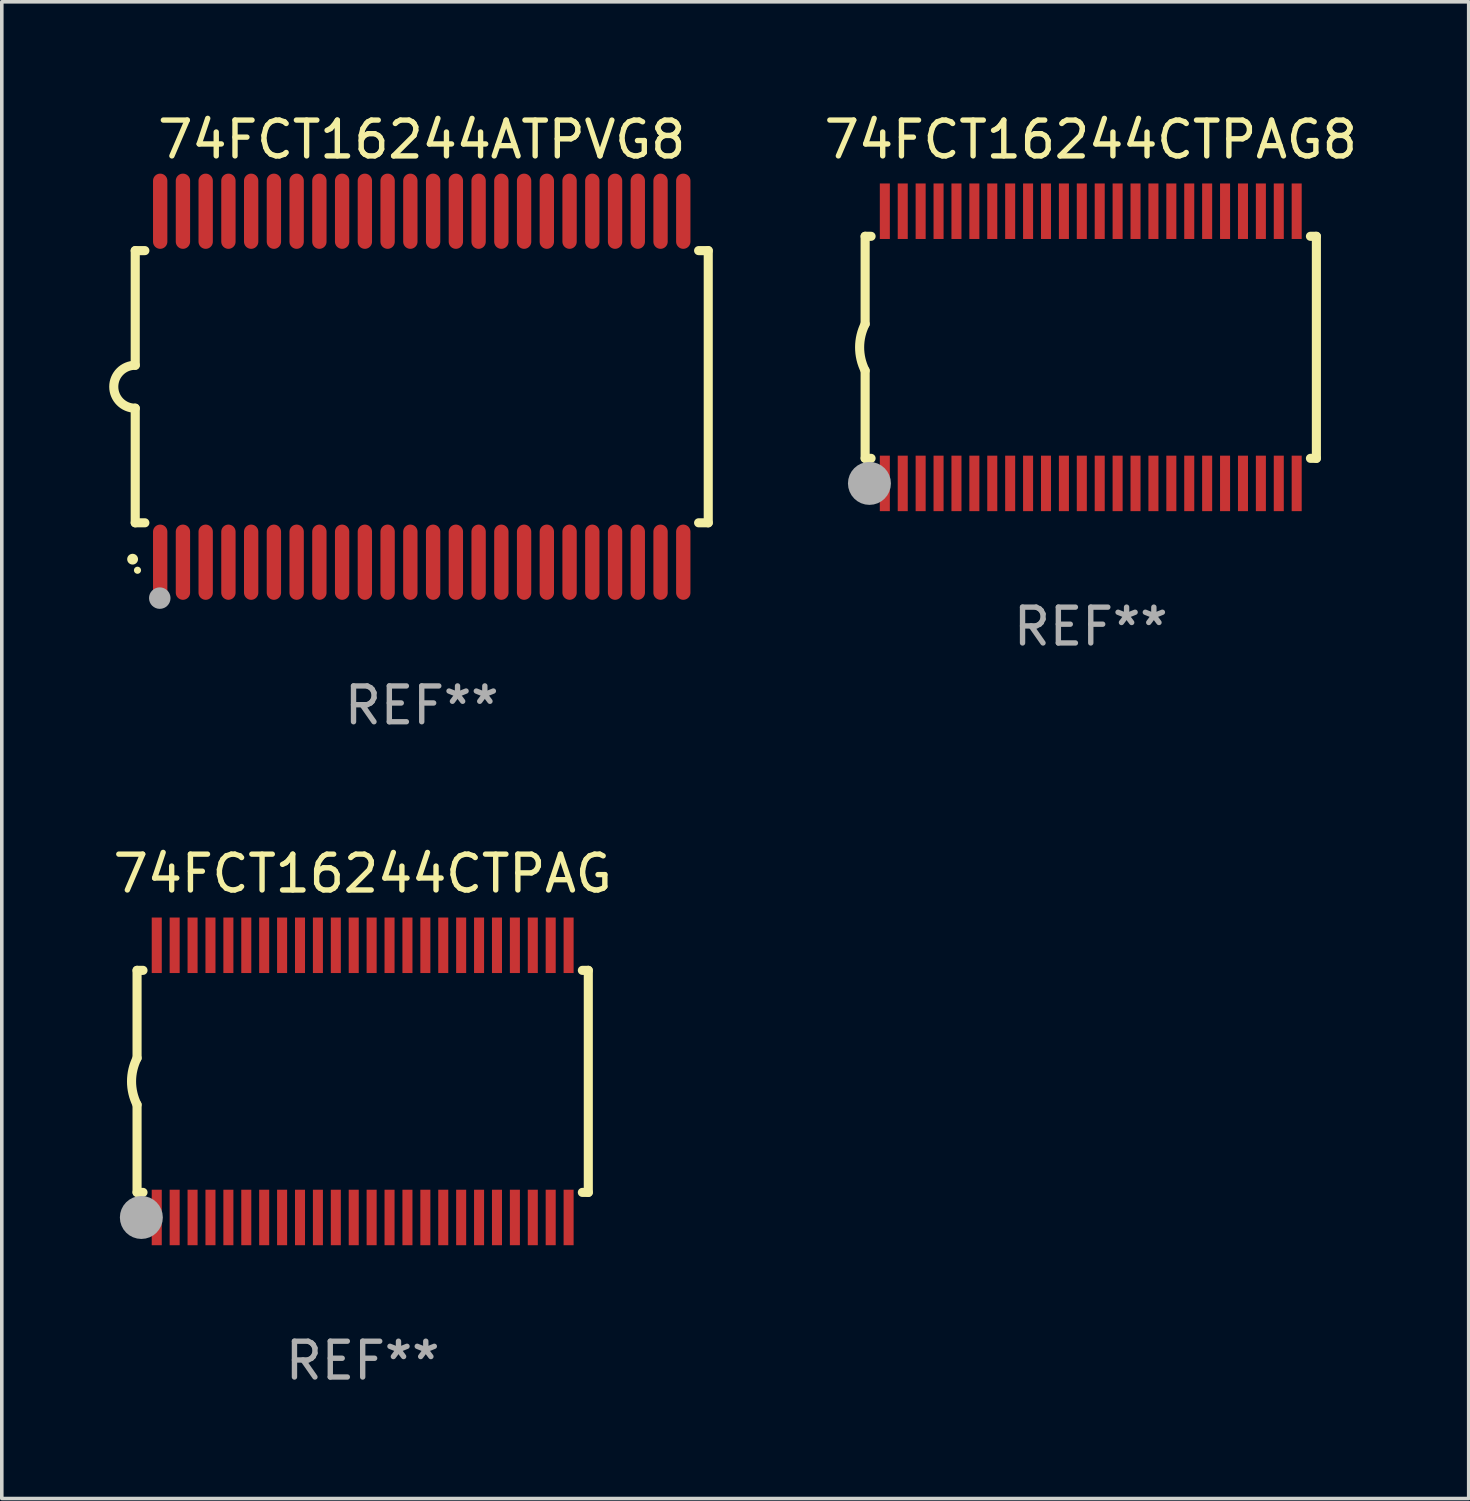
<source format=kicad_pcb>
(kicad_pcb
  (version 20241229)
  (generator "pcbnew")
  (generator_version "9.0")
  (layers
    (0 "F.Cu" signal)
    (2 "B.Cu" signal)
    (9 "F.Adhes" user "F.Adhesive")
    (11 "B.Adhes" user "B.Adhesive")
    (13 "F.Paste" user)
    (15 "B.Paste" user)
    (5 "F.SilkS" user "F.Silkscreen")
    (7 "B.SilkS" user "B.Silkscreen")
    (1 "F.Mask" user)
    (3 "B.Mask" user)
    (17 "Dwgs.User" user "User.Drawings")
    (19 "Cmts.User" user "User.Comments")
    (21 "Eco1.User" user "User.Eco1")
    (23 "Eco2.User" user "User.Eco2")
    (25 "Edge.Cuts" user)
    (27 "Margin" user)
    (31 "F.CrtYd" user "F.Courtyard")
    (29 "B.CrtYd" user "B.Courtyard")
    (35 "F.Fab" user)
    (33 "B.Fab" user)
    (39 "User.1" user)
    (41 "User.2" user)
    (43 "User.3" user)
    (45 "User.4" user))
  (footprint "74FCT16244CTPAG"
    (layer "F.Cu")
    (at 7.077 27.145)
    (property "Reference" "74FCT16244CTPAG" (at 0 -5.8 0) (layer "F.SilkS") (effects (font (size 1 1) (thickness 0.15))))
    (attr through_hole)
    (fp_line (start -6.3 -3.1) (end -6.3 -0.65) (stroke (width 0.254) (type solid)) (layer "F.SilkS"))
    (fp_line (start -6.3 -3.1) (end -6.134 -3.1) (stroke (width 0.254) (type solid)) (layer "F.SilkS"))
    (fp_line (start -6.3 3.1) (end -6.3 0.65) (stroke (width 0.254) (type solid)) (layer "F.SilkS"))
    (fp_line (start -6.3 3.1) (end -6.134 3.1) (stroke (width 0.254) (type solid)) (layer "F.SilkS"))
    (fp_line (start 6.134 -3.1) (end 6.3 -3.1) (stroke (width 0.254) (type solid)) (layer "F.SilkS"))
    (fp_line (start 6.134 3.1) (end 6.3 3.1) (stroke (width 0.254) (type solid)) (layer "F.SilkS"))
    (fp_line (start 6.3 -3.1) (end 6.3 3.1) (stroke (width 0.254) (type solid)) (layer "F.SilkS"))
    (fp_arc (start -6.301016 0.650114) (mid -6.45413 -0.000082) (end -6.3 -0.650038) (stroke (width 0.254001) (type solid)) (layer "F.SilkS"))
    (fp_circle (center -6.35 3.81) (end -6.223 3.81) (stroke (width 0.254) (type solid)) (fill no) (layer "F.SilkS"))
    (fp_circle (center -6.25 4.05) (end -6.22 4.05) (stroke (width 0.06) (type solid)) (fill no) (layer "F.SilkS"))
    (fp_circle (center -6.18 3.8) (end -5.88 3.8) (stroke (width 0.6) (type solid)) (fill no) (layer "F.Fab"))
    (fp_text user "REF**" (at 0 7.8 0) (layer "F.Fab") (effects (font (size 1 1) (thickness 0.15))))
    (pad "1" smd rect (at -5.75 3.8) (size 0.28 1.55) (layers "F.Cu" "F.Mask" "F.Paste"))
    (pad "2" smd rect (at -5.25 3.8) (size 0.28 1.55) (layers "F.Cu" "F.Mask" "F.Paste"))
    (pad "3" smd rect (at -4.75 3.8) (size 0.28 1.55) (layers "F.Cu" "F.Mask" "F.Paste"))
    (pad "4" smd rect (at -4.25 3.8) (size 0.28 1.55) (layers "F.Cu" "F.Mask" "F.Paste"))
    (pad "5" smd rect (at -3.75 3.8) (size 0.28 1.55) (layers "F.Cu" "F.Mask" "F.Paste"))
    (pad "6" smd rect (at -3.25 3.8) (size 0.28 1.55) (layers "F.Cu" "F.Mask" "F.Paste"))
    (pad "7" smd rect (at -2.75 3.8) (size 0.28 1.55) (layers "F.Cu" "F.Mask" "F.Paste"))
    (pad "8" smd rect (at -2.25 3.8) (size 0.28 1.55) (layers "F.Cu" "F.Mask" "F.Paste"))
    (pad "9" smd rect (at -1.75 3.8) (size 0.28 1.55) (layers "F.Cu" "F.Mask" "F.Paste"))
    (pad "10" smd rect (at -1.25 3.8) (size 0.28 1.55) (layers "F.Cu" "F.Mask" "F.Paste"))
    (pad "11" smd rect (at -0.75 3.8) (size 0.28 1.55) (layers "F.Cu" "F.Mask" "F.Paste"))
    (pad "12" smd rect (at -0.25 3.8) (size 0.28 1.55) (layers "F.Cu" "F.Mask" "F.Paste"))
    (pad "13" smd rect (at 0.25 3.8) (size 0.28 1.55) (layers "F.Cu" "F.Mask" "F.Paste"))
    (pad "14" smd rect (at 0.75 3.8) (size 0.28 1.55) (layers "F.Cu" "F.Mask" "F.Paste"))
    (pad "15" smd rect (at 1.25 3.8) (size 0.28 1.55) (layers "F.Cu" "F.Mask" "F.Paste"))
    (pad "16" smd rect (at 1.75 3.8) (size 0.28 1.55) (layers "F.Cu" "F.Mask" "F.Paste"))
    (pad "17" smd rect (at 2.25 3.8) (size 0.28 1.55) (layers "F.Cu" "F.Mask" "F.Paste"))
    (pad "18" smd rect (at 2.75 3.8) (size 0.28 1.55) (layers "F.Cu" "F.Mask" "F.Paste"))
    (pad "19" smd rect (at 3.25 3.8) (size 0.28 1.55) (layers "F.Cu" "F.Mask" "F.Paste"))
    (pad "20" smd rect (at 3.75 3.8) (size 0.28 1.55) (layers "F.Cu" "F.Mask" "F.Paste"))
    (pad "21" smd rect (at 4.25 3.8) (size 0.28 1.55) (layers "F.Cu" "F.Mask" "F.Paste"))
    (pad "22" smd rect (at 4.75 3.8) (size 0.28 1.55) (layers "F.Cu" "F.Mask" "F.Paste"))
    (pad "23" smd rect (at 5.25 3.8) (size 0.28 1.55) (layers "F.Cu" "F.Mask" "F.Paste"))
    (pad "24" smd rect (at 5.75 3.8) (size 0.28 1.55) (layers "F.Cu" "F.Mask" "F.Paste"))
    (pad "25" smd rect (at 5.75 -3.8) (size 0.28 1.55) (layers "F.Cu" "F.Mask" "F.Paste"))
    (pad "26" smd rect (at 5.25 -3.8) (size 0.28 1.55) (layers "F.Cu" "F.Mask" "F.Paste"))
    (pad "27" smd rect (at 4.75 -3.8) (size 0.28 1.55) (layers "F.Cu" "F.Mask" "F.Paste"))
    (pad "28" smd rect (at 4.25 -3.8) (size 0.28 1.55) (layers "F.Cu" "F.Mask" "F.Paste"))
    (pad "29" smd rect (at 3.75 -3.8) (size 0.28 1.55) (layers "F.Cu" "F.Mask" "F.Paste"))
    (pad "30" smd rect (at 3.25 -3.8) (size 0.28 1.55) (layers "F.Cu" "F.Mask" "F.Paste"))
    (pad "31" smd rect (at 2.75 -3.8) (size 0.28 1.55) (layers "F.Cu" "F.Mask" "F.Paste"))
    (pad "32" smd rect (at 2.25 -3.8) (size 0.28 1.55) (layers "F.Cu" "F.Mask" "F.Paste"))
    (pad "33" smd rect (at 1.75 -3.8) (size 0.28 1.55) (layers "F.Cu" "F.Mask" "F.Paste"))
    (pad "34" smd rect (at 1.25 -3.8) (size 0.28 1.55) (layers "F.Cu" "F.Mask" "F.Paste"))
    (pad "35" smd rect (at 0.75 -3.8) (size 0.28 1.55) (layers "F.Cu" "F.Mask" "F.Paste"))
    (pad "36" smd rect (at 0.25 -3.8) (size 0.28 1.55) (layers "F.Cu" "F.Mask" "F.Paste"))
    (pad "37" smd rect (at -0.25 -3.8) (size 0.28 1.55) (layers "F.Cu" "F.Mask" "F.Paste"))
    (pad "38" smd rect (at -0.75 -3.8) (size 0.28 1.55) (layers "F.Cu" "F.Mask" "F.Paste"))
    (pad "39" smd rect (at -1.25 -3.8) (size 0.28 1.55) (layers "F.Cu" "F.Mask" "F.Paste"))
    (pad "40" smd rect (at -1.75 -3.8) (size 0.28 1.55) (layers "F.Cu" "F.Mask" "F.Paste"))
    (pad "41" smd rect (at -2.25 -3.8) (size 0.28 1.55) (layers "F.Cu" "F.Mask" "F.Paste"))
    (pad "42" smd rect (at -2.75 -3.8) (size 0.28 1.55) (layers "F.Cu" "F.Mask" "F.Paste"))
    (pad "43" smd rect (at -3.25 -3.8) (size 0.28 1.55) (layers "F.Cu" "F.Mask" "F.Paste"))
    (pad "44" smd rect (at -3.75 -3.8) (size 0.28 1.55) (layers "F.Cu" "F.Mask" "F.Paste"))
    (pad "45" smd rect (at -4.25 -3.8) (size 0.28 1.55) (layers "F.Cu" "F.Mask" "F.Paste"))
    (pad "46" smd rect (at -4.75 -3.8) (size 0.28 1.55) (layers "F.Cu" "F.Mask" "F.Paste"))
    (pad "47" smd rect (at -5.25 -3.8) (size 0.28 1.55) (layers "F.Cu" "F.Mask" "F.Paste"))
    (pad "48" smd rect (at -5.75 -3.8) (size 0.28 1.55) (layers "F.Cu" "F.Mask" "F.Paste")))
  (footprint "74FCT16244ATPVG8"
    (layer "F.Cu")
    (at 8.726 7.748)
    (property "Reference" "74FCT16244ATPVG8" (at 0 -6.9 0) (layer "F.SilkS") (effects (font (size 1 1) (thickness 0.15))))
    (attr through_hole)
    (fp_line (start -8 -3.8) (end -8 -0.599) (stroke (width 0.254) (type solid)) (layer "F.SilkS"))
    (fp_line (start -8 -3.8) (end -7.731 -3.8) (stroke (width 0.254) (type solid)) (layer "F.SilkS"))
    (fp_line (start -8 3.8) (end -8 0.599) (stroke (width 0.254) (type solid)) (layer "F.SilkS"))
    (fp_line (start -7.731 3.8) (end -8 3.8) (stroke (width 0.254) (type solid)) (layer "F.SilkS"))
    (fp_line (start 7.731 -3.8) (end 8 -3.8) (stroke (width 0.254) (type solid)) (layer "F.SilkS"))
    (fp_line (start 8 -3.8) (end 8 3.8) (stroke (width 0.254) (type solid)) (layer "F.SilkS"))
    (fp_line (start 8 3.8) (end 7.731 3.8) (stroke (width 0.254) (type solid)) (layer "F.SilkS"))
    (fp_arc (start -8.074676 4.81585) (mid -8.073406 4.815845) (end -8.072136 4.81585) (stroke (width 0.3) (type solid)) (layer "F.SilkS"))
    (fp_arc (start -8.000025 0.6) (mid -8.598908 0.00056) (end -8.000027 -0.598882) (stroke (width 0.254001) (type solid)) (layer "F.SilkS"))
    (fp_circle (center -7.937 5.125) (end -7.887 5.125) (stroke (width 0.1) (type solid)) (fill no) (layer "F.SilkS"))
    (fp_circle (center -7.315 5.903) (end -7.165 5.903) (stroke (width 0.3) (type solid)) (fill no) (layer "F.Fab"))
    (fp_text user "REF**" (at 0 8.9 0) (layer "F.Fab") (effects (font (size 1 1) (thickness 0.15))))
    (pad "1" smd oval (at -7.303 4.9) (size 0.4 2.1) (layers "F.Cu" "F.Mask" "F.Paste"))
    (pad "2" smd oval (at -6.668 4.9) (size 0.4 2.1) (layers "F.Cu" "F.Mask" "F.Paste"))
    (pad "3" smd oval (at -6.033 4.9) (size 0.4 2.1) (layers "F.Cu" "F.Mask" "F.Paste"))
    (pad "4" smd oval (at -5.398 4.9) (size 0.4 2.1) (layers "F.Cu" "F.Mask" "F.Paste"))
    (pad "5" smd oval (at -4.763 4.9) (size 0.4 2.1) (layers "F.Cu" "F.Mask" "F.Paste"))
    (pad "6" smd oval (at -4.128 4.9) (size 0.4 2.1) (layers "F.Cu" "F.Mask" "F.Paste"))
    (pad "7" smd oval (at -3.493 4.9) (size 0.4 2.1) (layers "F.Cu" "F.Mask" "F.Paste"))
    (pad "8" smd oval (at -2.858 4.9) (size 0.4 2.1) (layers "F.Cu" "F.Mask" "F.Paste"))
    (pad "9" smd oval (at -2.223 4.9) (size 0.4 2.1) (layers "F.Cu" "F.Mask" "F.Paste"))
    (pad "10" smd oval (at -1.588 4.9) (size 0.4 2.1) (layers "F.Cu" "F.Mask" "F.Paste"))
    (pad "11" smd oval (at -0.953 4.9) (size 0.4 2.1) (layers "F.Cu" "F.Mask" "F.Paste"))
    (pad "12" smd oval (at -0.318 4.9) (size 0.4 2.1) (layers "F.Cu" "F.Mask" "F.Paste"))
    (pad "13" smd oval (at 0.318 4.9) (size 0.4 2.1) (layers "F.Cu" "F.Mask" "F.Paste"))
    (pad "14" smd oval (at 0.953 4.9) (size 0.4 2.1) (layers "F.Cu" "F.Mask" "F.Paste"))
    (pad "15" smd oval (at 1.588 4.9) (size 0.4 2.1) (layers "F.Cu" "F.Mask" "F.Paste"))
    (pad "16" smd oval (at 2.223 4.9) (size 0.4 2.1) (layers "F.Cu" "F.Mask" "F.Paste"))
    (pad "17" smd oval (at 2.858 4.9) (size 0.4 2.1) (layers "F.Cu" "F.Mask" "F.Paste"))
    (pad "18" smd oval (at 3.493 4.9) (size 0.4 2.1) (layers "F.Cu" "F.Mask" "F.Paste"))
    (pad "19" smd oval (at 4.128 4.9) (size 0.4 2.1) (layers "F.Cu" "F.Mask" "F.Paste"))
    (pad "20" smd oval (at 4.763 4.9) (size 0.4 2.1) (layers "F.Cu" "F.Mask" "F.Paste"))
    (pad "21" smd oval (at 5.398 4.9) (size 0.4 2.1) (layers "F.Cu" "F.Mask" "F.Paste"))
    (pad "22" smd oval (at 6.033 4.9) (size 0.4 2.1) (layers "F.Cu" "F.Mask" "F.Paste"))
    (pad "23" smd oval (at 6.668 4.9) (size 0.4 2.1) (layers "F.Cu" "F.Mask" "F.Paste"))
    (pad "24" smd oval (at 7.303 4.9) (size 0.4 2.1) (layers "F.Cu" "F.Mask" "F.Paste"))
    (pad "25" smd oval (at 7.303 -4.9 180) (size 0.4 2.1) (layers "F.Cu" "F.Mask" "F.Paste"))
    (pad "26" smd oval (at 6.668 -4.9 180) (size 0.4 2.1) (layers "F.Cu" "F.Mask" "F.Paste"))
    (pad "27" smd oval (at 6.033 -4.9 180) (size 0.4 2.1) (layers "F.Cu" "F.Mask" "F.Paste"))
    (pad "28" smd oval (at 5.398 -4.9 180) (size 0.4 2.1) (layers "F.Cu" "F.Mask" "F.Paste"))
    (pad "29" smd oval (at 4.763 -4.9 180) (size 0.4 2.1) (layers "F.Cu" "F.Mask" "F.Paste"))
    (pad "30" smd oval (at 4.128 -4.9 180) (size 0.4 2.1) (layers "F.Cu" "F.Mask" "F.Paste"))
    (pad "31" smd oval (at 3.493 -4.9 180) (size 0.4 2.1) (layers "F.Cu" "F.Mask" "F.Paste"))
    (pad "32" smd oval (at 2.858 -4.9 180) (size 0.4 2.1) (layers "F.Cu" "F.Mask" "F.Paste"))
    (pad "33" smd oval (at 2.223 -4.9 180) (size 0.4 2.1) (layers "F.Cu" "F.Mask" "F.Paste"))
    (pad "34" smd oval (at 1.588 -4.9 180) (size 0.4 2.1) (layers "F.Cu" "F.Mask" "F.Paste"))
    (pad "35" smd oval (at 0.953 -4.9 180) (size 0.4 2.1) (layers "F.Cu" "F.Mask" "F.Paste"))
    (pad "36" smd oval (at 0.318 -4.9 180) (size 0.4 2.1) (layers "F.Cu" "F.Mask" "F.Paste"))
    (pad "37" smd oval (at -0.318 -4.9 180) (size 0.4 2.1) (layers "F.Cu" "F.Mask" "F.Paste"))
    (pad "38" smd oval (at -0.953 -4.9 180) (size 0.4 2.1) (layers "F.Cu" "F.Mask" "F.Paste"))
    (pad "39" smd oval (at -1.588 -4.9 180) (size 0.4 2.1) (layers "F.Cu" "F.Mask" "F.Paste"))
    (pad "40" smd oval (at -2.223 -4.9 180) (size 0.4 2.1) (layers "F.Cu" "F.Mask" "F.Paste"))
    (pad "41" smd oval (at -2.858 -4.9 180) (size 0.4 2.1) (layers "F.Cu" "F.Mask" "F.Paste"))
    (pad "42" smd oval (at -3.493 -4.9 180) (size 0.4 2.1) (layers "F.Cu" "F.Mask" "F.Paste"))
    (pad "43" smd oval (at -4.128 -4.9 180) (size 0.4 2.1) (layers "F.Cu" "F.Mask" "F.Paste"))
    (pad "44" smd oval (at -4.763 -4.9 180) (size 0.4 2.1) (layers "F.Cu" "F.Mask" "F.Paste"))
    (pad "45" smd oval (at -5.398 -4.9 180) (size 0.4 2.1) (layers "F.Cu" "F.Mask" "F.Paste"))
    (pad "46" smd oval (at -6.033 -4.9 180) (size 0.4 2.1) (layers "F.Cu" "F.Mask" "F.Paste"))
    (pad "47" smd oval (at -6.668 -4.9 180) (size 0.4 2.1) (layers "F.Cu" "F.Mask" "F.Paste"))
    (pad "48" smd oval (at -7.303 -4.9 180) (size 0.4 2.1) (layers "F.Cu" "F.Mask" "F.Paste")))
  (footprint "74FCT16244CTPAG8"
    (layer "F.Cu")
    (at 27.407 6.648)
    (property "Reference" "74FCT16244CTPAG8" (at 0 -5.8 0) (layer "F.SilkS") (effects (font (size 1 1) (thickness 0.15))))
    (attr through_hole)
    (fp_line (start -6.3 -3.1) (end -6.3 -0.65) (stroke (width 0.254) (type solid)) (layer "F.SilkS"))
    (fp_line (start -6.3 -3.1) (end -6.134 -3.1) (stroke (width 0.254) (type solid)) (layer "F.SilkS"))
    (fp_line (start -6.3 3.1) (end -6.3 0.65) (stroke (width 0.254) (type solid)) (layer "F.SilkS"))
    (fp_line (start -6.3 3.1) (end -6.134 3.1) (stroke (width 0.254) (type solid)) (layer "F.SilkS"))
    (fp_line (start 6.134 -3.1) (end 6.3 -3.1) (stroke (width 0.254) (type solid)) (layer "F.SilkS"))
    (fp_line (start 6.134 3.1) (end 6.3 3.1) (stroke (width 0.254) (type solid)) (layer "F.SilkS"))
    (fp_line (start 6.3 -3.1) (end 6.3 3.1) (stroke (width 0.254) (type solid)) (layer "F.SilkS"))
    (fp_arc (start -6.301016 0.650114) (mid -6.45413 -0.000082) (end -6.3 -0.650038) (stroke (width 0.254001) (type solid)) (layer "F.SilkS"))
    (fp_circle (center -6.35 3.81) (end -6.223 3.81) (stroke (width 0.254) (type solid)) (fill no) (layer "F.SilkS"))
    (fp_circle (center -6.25 4.05) (end -6.22 4.05) (stroke (width 0.06) (type solid)) (fill no) (layer "F.SilkS"))
    (fp_circle (center -6.18 3.8) (end -5.88 3.8) (stroke (width 0.6) (type solid)) (fill no) (layer "F.Fab"))
    (fp_text user "REF**" (at 0 7.8 0) (layer "F.Fab") (effects (font (size 1 1) (thickness 0.15))))
    (pad "1" smd rect (at -5.75 3.8) (size 0.28 1.55) (layers "F.Cu" "F.Mask" "F.Paste"))
    (pad "2" smd rect (at -5.25 3.8) (size 0.28 1.55) (layers "F.Cu" "F.Mask" "F.Paste"))
    (pad "3" smd rect (at -4.75 3.8) (size 0.28 1.55) (layers "F.Cu" "F.Mask" "F.Paste"))
    (pad "4" smd rect (at -4.25 3.8) (size 0.28 1.55) (layers "F.Cu" "F.Mask" "F.Paste"))
    (pad "5" smd rect (at -3.75 3.8) (size 0.28 1.55) (layers "F.Cu" "F.Mask" "F.Paste"))
    (pad "6" smd rect (at -3.25 3.8) (size 0.28 1.55) (layers "F.Cu" "F.Mask" "F.Paste"))
    (pad "7" smd rect (at -2.75 3.8) (size 0.28 1.55) (layers "F.Cu" "F.Mask" "F.Paste"))
    (pad "8" smd rect (at -2.25 3.8) (size 0.28 1.55) (layers "F.Cu" "F.Mask" "F.Paste"))
    (pad "9" smd rect (at -1.75 3.8) (size 0.28 1.55) (layers "F.Cu" "F.Mask" "F.Paste"))
    (pad "10" smd rect (at -1.25 3.8) (size 0.28 1.55) (layers "F.Cu" "F.Mask" "F.Paste"))
    (pad "11" smd rect (at -0.75 3.8) (size 0.28 1.55) (layers "F.Cu" "F.Mask" "F.Paste"))
    (pad "12" smd rect (at -0.25 3.8) (size 0.28 1.55) (layers "F.Cu" "F.Mask" "F.Paste"))
    (pad "13" smd rect (at 0.25 3.8) (size 0.28 1.55) (layers "F.Cu" "F.Mask" "F.Paste"))
    (pad "14" smd rect (at 0.75 3.8) (size 0.28 1.55) (layers "F.Cu" "F.Mask" "F.Paste"))
    (pad "15" smd rect (at 1.25 3.8) (size 0.28 1.55) (layers "F.Cu" "F.Mask" "F.Paste"))
    (pad "16" smd rect (at 1.75 3.8) (size 0.28 1.55) (layers "F.Cu" "F.Mask" "F.Paste"))
    (pad "17" smd rect (at 2.25 3.8) (size 0.28 1.55) (layers "F.Cu" "F.Mask" "F.Paste"))
    (pad "18" smd rect (at 2.75 3.8) (size 0.28 1.55) (layers "F.Cu" "F.Mask" "F.Paste"))
    (pad "19" smd rect (at 3.25 3.8) (size 0.28 1.55) (layers "F.Cu" "F.Mask" "F.Paste"))
    (pad "20" smd rect (at 3.75 3.8) (size 0.28 1.55) (layers "F.Cu" "F.Mask" "F.Paste"))
    (pad "21" smd rect (at 4.25 3.8) (size 0.28 1.55) (layers "F.Cu" "F.Mask" "F.Paste"))
    (pad "22" smd rect (at 4.75 3.8) (size 0.28 1.55) (layers "F.Cu" "F.Mask" "F.Paste"))
    (pad "23" smd rect (at 5.25 3.8) (size 0.28 1.55) (layers "F.Cu" "F.Mask" "F.Paste"))
    (pad "24" smd rect (at 5.75 3.8) (size 0.28 1.55) (layers "F.Cu" "F.Mask" "F.Paste"))
    (pad "25" smd rect (at 5.75 -3.8) (size 0.28 1.55) (layers "F.Cu" "F.Mask" "F.Paste"))
    (pad "26" smd rect (at 5.25 -3.8) (size 0.28 1.55) (layers "F.Cu" "F.Mask" "F.Paste"))
    (pad "27" smd rect (at 4.75 -3.8) (size 0.28 1.55) (layers "F.Cu" "F.Mask" "F.Paste"))
    (pad "28" smd rect (at 4.25 -3.8) (size 0.28 1.55) (layers "F.Cu" "F.Mask" "F.Paste"))
    (pad "29" smd rect (at 3.75 -3.8) (size 0.28 1.55) (layers "F.Cu" "F.Mask" "F.Paste"))
    (pad "30" smd rect (at 3.25 -3.8) (size 0.28 1.55) (layers "F.Cu" "F.Mask" "F.Paste"))
    (pad "31" smd rect (at 2.75 -3.8) (size 0.28 1.55) (layers "F.Cu" "F.Mask" "F.Paste"))
    (pad "32" smd rect (at 2.25 -3.8) (size 0.28 1.55) (layers "F.Cu" "F.Mask" "F.Paste"))
    (pad "33" smd rect (at 1.75 -3.8) (size 0.28 1.55) (layers "F.Cu" "F.Mask" "F.Paste"))
    (pad "34" smd rect (at 1.25 -3.8) (size 0.28 1.55) (layers "F.Cu" "F.Mask" "F.Paste"))
    (pad "35" smd rect (at 0.75 -3.8) (size 0.28 1.55) (layers "F.Cu" "F.Mask" "F.Paste"))
    (pad "36" smd rect (at 0.25 -3.8) (size 0.28 1.55) (layers "F.Cu" "F.Mask" "F.Paste"))
    (pad "37" smd rect (at -0.25 -3.8) (size 0.28 1.55) (layers "F.Cu" "F.Mask" "F.Paste"))
    (pad "38" smd rect (at -0.75 -3.8) (size 0.28 1.55) (layers "F.Cu" "F.Mask" "F.Paste"))
    (pad "39" smd rect (at -1.25 -3.8) (size 0.28 1.55) (layers "F.Cu" "F.Mask" "F.Paste"))
    (pad "40" smd rect (at -1.75 -3.8) (size 0.28 1.55) (layers "F.Cu" "F.Mask" "F.Paste"))
    (pad "41" smd rect (at -2.25 -3.8) (size 0.28 1.55) (layers "F.Cu" "F.Mask" "F.Paste"))
    (pad "42" smd rect (at -2.75 -3.8) (size 0.28 1.55) (layers "F.Cu" "F.Mask" "F.Paste"))
    (pad "43" smd rect (at -3.25 -3.8) (size 0.28 1.55) (layers "F.Cu" "F.Mask" "F.Paste"))
    (pad "44" smd rect (at -3.75 -3.8) (size 0.28 1.55) (layers "F.Cu" "F.Mask" "F.Paste"))
    (pad "45" smd rect (at -4.25 -3.8) (size 0.28 1.55) (layers "F.Cu" "F.Mask" "F.Paste"))
    (pad "46" smd rect (at -4.75 -3.8) (size 0.28 1.55) (layers "F.Cu" "F.Mask" "F.Paste"))
    (pad "47" smd rect (at -5.25 -3.8) (size 0.28 1.55) (layers "F.Cu" "F.Mask" "F.Paste"))
    (pad "48" smd rect (at -5.75 -3.8) (size 0.28 1.55) (layers "F.Cu" "F.Mask" "F.Paste")))
  (gr_rect
    (start -3 -3)
    (end 37.96 38.793)
    (stroke (width 0.1) (type default))
    (fill no)
    (layer "Edge.Cuts")))
</source>
